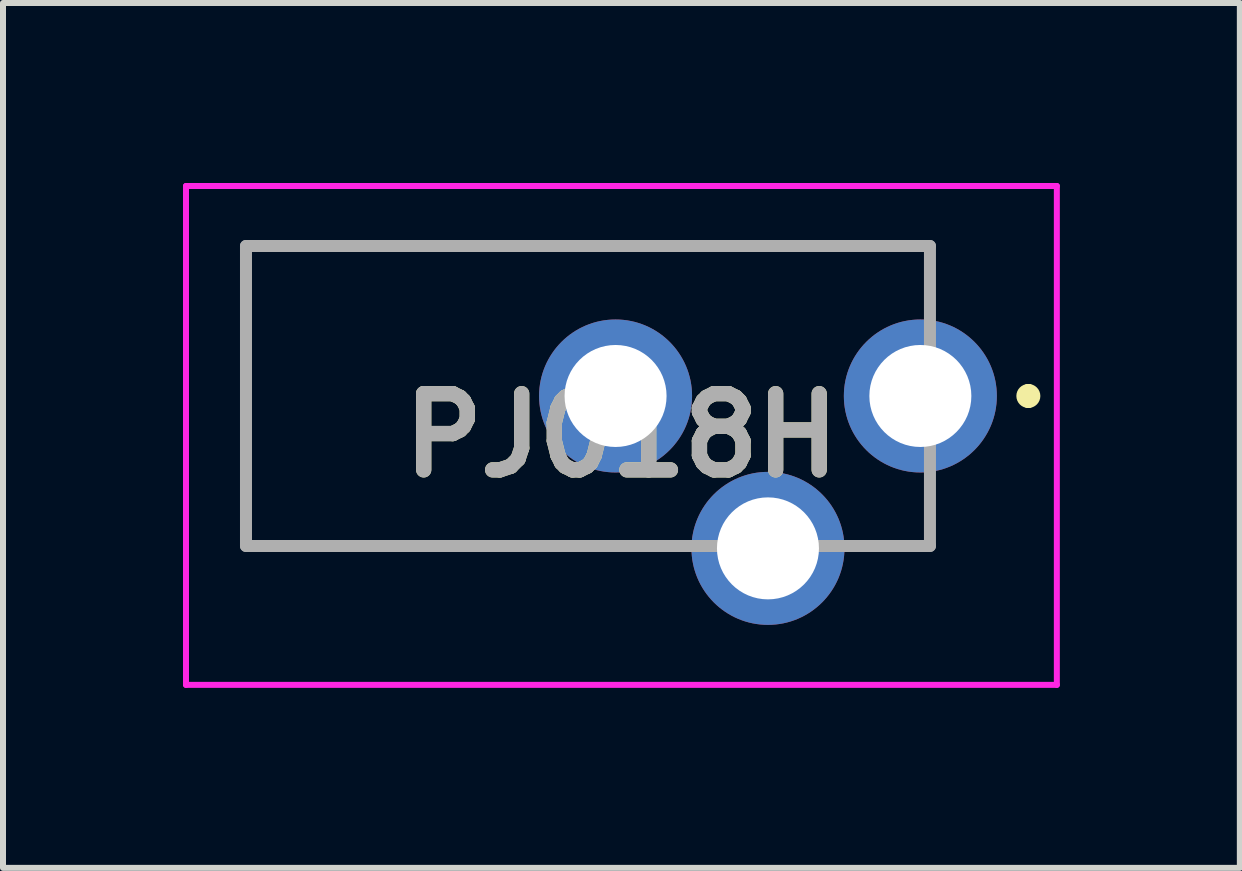
<source format=kicad_pcb>
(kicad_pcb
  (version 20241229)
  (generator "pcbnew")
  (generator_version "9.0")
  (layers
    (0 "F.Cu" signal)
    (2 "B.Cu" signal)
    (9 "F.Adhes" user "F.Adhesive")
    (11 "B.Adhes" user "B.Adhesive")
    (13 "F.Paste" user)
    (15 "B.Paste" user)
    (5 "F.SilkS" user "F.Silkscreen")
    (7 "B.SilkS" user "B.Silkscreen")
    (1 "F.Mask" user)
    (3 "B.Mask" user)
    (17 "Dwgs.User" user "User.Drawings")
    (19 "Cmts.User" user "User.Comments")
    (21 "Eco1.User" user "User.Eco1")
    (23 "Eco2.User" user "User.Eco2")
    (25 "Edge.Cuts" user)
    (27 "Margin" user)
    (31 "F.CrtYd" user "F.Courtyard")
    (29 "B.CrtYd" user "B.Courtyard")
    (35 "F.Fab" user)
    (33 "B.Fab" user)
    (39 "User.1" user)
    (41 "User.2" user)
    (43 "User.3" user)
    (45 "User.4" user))
  (footprint "PJ018H"
    (layer "F.Cu")
    (at 12.29 3.55)
    (property "Reference" "PJ018H" (at -4.982 0.657 0) (layer "F.SilkS") (effects (font (size 1.27 1.27) (thickness 0.254))))
    (attr through_hole)
    (fp_line (start -11.24 -2.5) (end -11.24 2.54) (stroke (width 0.1) (type solid)) (layer "F.SilkS"))
    (fp_line (start -11.24 2.54) (end -4.24 2.5) (stroke (width 0.1) (type solid)) (layer "F.SilkS"))
    (fp_line (start 0.16 -2.5) (end -11.24 -2.5) (stroke (width 0.1) (type solid)) (layer "F.SilkS"))
    (fp_line (start 0.16 -2) (end 0.16 -2.5) (stroke (width 0.1) (type solid)) (layer "F.SilkS"))
    (fp_line (start 0.16 2) (end 0.16 2.5) (stroke (width 0.1) (type solid)) (layer "F.SilkS"))
    (fp_line (start 0.16 2.5) (end -0.74 2.5) (stroke (width 0.1) (type solid)) (layer "F.SilkS"))
    (fp_line (start 1.8 -0.1) (end 1.8 -0.1) (stroke (width 0.2) (type solid)) (layer "F.SilkS"))
    (fp_line (start 1.8 0.1) (end 1.8 0.1) (stroke (width 0.2) (type solid)) (layer "F.SilkS"))
    (fp_arc (start 1.8 -0.1) (mid 1.9 0) (end 1.8 0.1) (stroke (width 0.2) (type solid)) (layer "F.SilkS"))
    (fp_arc (start 1.8 0.1) (mid 1.7 0) (end 1.8 -0.1) (stroke (width 0.2) (type solid)) (layer "F.SilkS"))
    (fp_line (start -12.24 -3.5) (end 2.275 -3.5) (stroke (width 0.1) (type solid)) (layer "F.CrtYd"))
    (fp_line (start -12.24 4.815) (end -12.24 -3.5) (stroke (width 0.1) (type solid)) (layer "F.CrtYd"))
    (fp_line (start 2.275 -3.5) (end 2.275 4.815) (stroke (width 0.1) (type solid)) (layer "F.CrtYd"))
    (fp_line (start 2.275 4.815) (end -12.24 4.815) (stroke (width 0.1) (type solid)) (layer "F.CrtYd"))
    (fp_line (start -11.24 -2.5) (end 0.16 -2.5) (stroke (width 0.2) (type solid)) (layer "F.Fab"))
    (fp_line (start -11.24 2.5) (end -11.24 -2.5) (stroke (width 0.2) (type solid)) (layer "F.Fab"))
    (fp_line (start 0.16 -2.5) (end 0.16 2.5) (stroke (width 0.2) (type solid)) (layer "F.Fab"))
    (fp_line (start 0.16 2.5) (end -11.24 2.5) (stroke (width 0.2) (type solid)) (layer "F.Fab"))
    (fp_text user "${REFERENCE}" (at -4.982 0.657 0) (layer "F.Fab") (effects (font (size 1.27 1.27) (thickness 0.254))))
    (pad "1" thru_hole circle (at 0 0) (size 2.55 2.55) (drill 1.7) (layers "*.Cu" "*.Mask"))
    (pad "2" thru_hole circle (at -5.08 0) (size 2.55 2.55) (drill 1.7) (layers "*.Cu" "*.Mask"))
    (pad "3" thru_hole circle (at -2.54 2.54) (size 2.55 2.55) (drill 1.7) (layers "*.Cu" "*.Mask")))
  (gr_rect
    (start -3 -3)
    (end 17.615 11.415)
    (stroke (width 0.1) (type default))
    (fill no)
    (layer "Edge.Cuts")))
</source>
